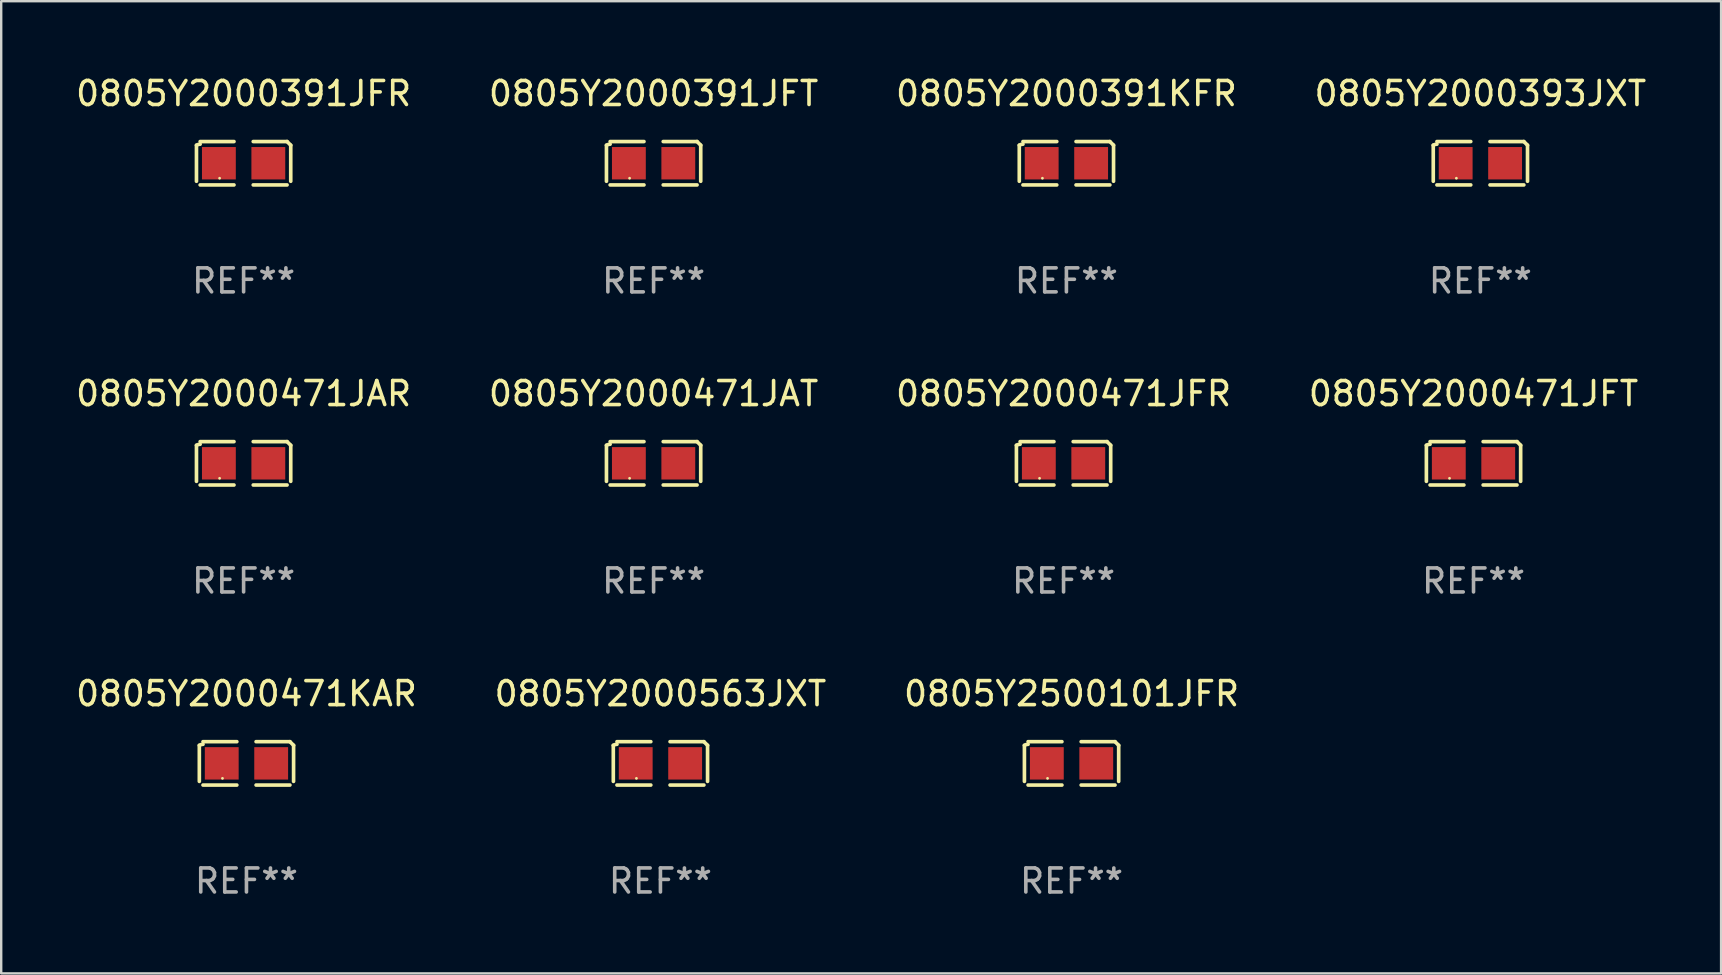
<source format=kicad_pcb>
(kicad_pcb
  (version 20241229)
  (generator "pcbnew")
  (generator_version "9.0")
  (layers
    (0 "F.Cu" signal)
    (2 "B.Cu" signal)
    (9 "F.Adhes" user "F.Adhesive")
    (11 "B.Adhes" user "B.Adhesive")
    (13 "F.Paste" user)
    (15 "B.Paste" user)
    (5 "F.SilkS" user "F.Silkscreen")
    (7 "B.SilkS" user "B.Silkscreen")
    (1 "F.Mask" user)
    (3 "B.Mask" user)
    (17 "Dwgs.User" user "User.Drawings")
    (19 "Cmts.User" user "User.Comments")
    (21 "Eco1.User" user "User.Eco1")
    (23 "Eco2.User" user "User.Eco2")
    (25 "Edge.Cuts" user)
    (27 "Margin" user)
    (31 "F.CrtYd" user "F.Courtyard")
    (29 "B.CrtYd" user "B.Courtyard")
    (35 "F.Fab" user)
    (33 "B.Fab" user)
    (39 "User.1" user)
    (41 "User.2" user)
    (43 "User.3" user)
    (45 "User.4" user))
  (footprint "0805Y2000471JAT"
    (layer "F.Cu")
    (at 24.185 16.256)
    (property "Reference" "0805Y2000471JAT" (at 0 -2.904 0) (layer "F.SilkS") (effects (font (size 1 1) (thickness 0.15))))
    (attr through_hole)
    (fp_line (start -1.964 0.751) (end -1.964 -0.751) (stroke (width 0.152) (type solid)) (layer "F.SilkS"))
    (fp_line (start -1.811 -0.904) (end -0.401 -0.904) (stroke (width 0.152) (type solid)) (layer "F.SilkS"))
    (fp_line (start -0.401 0.904) (end -1.811 0.904) (stroke (width 0.152) (type solid)) (layer "F.SilkS"))
    (fp_line (start 0.401 0.904) (end 1.811 0.904) (stroke (width 0.152) (type solid)) (layer "F.SilkS"))
    (fp_line (start 1.811 -0.904) (end 0.401 -0.904) (stroke (width 0.152) (type solid)) (layer "F.SilkS"))
    (fp_line (start 1.964 0.751) (end 1.964 -0.751) (stroke (width 0.152) (type solid)) (layer "F.SilkS"))
    (fp_arc (start -1.963602 -0.751207) (mid -1.890354 -0.783131) (end -1.811201 -0.794044) (stroke (width 0.1524) (type solid)) (layer "F.SilkS"))
    (fp_arc (start 1.811202 -0.903607) (mid 1.887413 -0.827418) (end 1.963602 -0.751207) (stroke (width 0.1524) (type solid)) (layer "F.SilkS"))
    (fp_circle (center -1 0.625) (end -0.97 0.625) (stroke (width 0.06) (type solid)) (fill no) (layer "F.SilkS"))
    (fp_text user "REF**" (at 0 4.904 0) (layer "F.Fab") (effects (font (size 1 1) (thickness 0.15))))
    (pad "1" smd rect (at -1.03 0) (size 1.41 1.35) (layers "F.Cu" "F.Mask" "F.Paste"))
    (pad "2" smd rect (at 1.03 0) (size 1.41 1.35) (layers "F.Cu" "F.Mask" "F.Paste")))
  (footprint "0805Y2000391KFR"
    (layer "F.Cu")
    (at 41.387 3.752)
    (property "Reference" "0805Y2000391KFR" (at 0 -2.904 0) (layer "F.SilkS") (effects (font (size 1 1) (thickness 0.15))))
    (attr through_hole)
    (fp_line (start -1.964 0.751) (end -1.964 -0.751) (stroke (width 0.152) (type solid)) (layer "F.SilkS"))
    (fp_line (start -1.811 -0.904) (end -0.401 -0.904) (stroke (width 0.152) (type solid)) (layer "F.SilkS"))
    (fp_line (start -0.401 0.904) (end -1.811 0.904) (stroke (width 0.152) (type solid)) (layer "F.SilkS"))
    (fp_line (start 0.401 0.904) (end 1.811 0.904) (stroke (width 0.152) (type solid)) (layer "F.SilkS"))
    (fp_line (start 1.811 -0.904) (end 0.401 -0.904) (stroke (width 0.152) (type solid)) (layer "F.SilkS"))
    (fp_line (start 1.964 0.751) (end 1.964 -0.751) (stroke (width 0.152) (type solid)) (layer "F.SilkS"))
    (fp_arc (start -1.963602 -0.751207) (mid -1.890354 -0.783131) (end -1.811201 -0.794044) (stroke (width 0.1524) (type solid)) (layer "F.SilkS"))
    (fp_arc (start 1.811202 -0.903607) (mid 1.887413 -0.827418) (end 1.963602 -0.751207) (stroke (width 0.1524) (type solid)) (layer "F.SilkS"))
    (fp_circle (center -1 0.625) (end -0.97 0.625) (stroke (width 0.06) (type solid)) (fill no) (layer "F.SilkS"))
    (fp_text user "REF**" (at 0 4.904 0) (layer "F.Fab") (effects (font (size 1 1) (thickness 0.15))))
    (pad "1" smd rect (at -1.03 0) (size 1.41 1.35) (layers "F.Cu" "F.Mask" "F.Paste"))
    (pad "2" smd rect (at 1.03 0) (size 1.41 1.35) (layers "F.Cu" "F.Mask" "F.Paste")))
  (footprint "0805Y2000471JFT"
    (layer "F.Cu")
    (at 58.351 16.256)
    (property "Reference" "0805Y2000471JFT" (at 0 -2.904 0) (layer "F.SilkS") (effects (font (size 1 1) (thickness 0.15))))
    (attr through_hole)
    (fp_line (start -1.964 0.751) (end -1.964 -0.751) (stroke (width 0.152) (type solid)) (layer "F.SilkS"))
    (fp_line (start -1.811 -0.904) (end -0.401 -0.904) (stroke (width 0.152) (type solid)) (layer "F.SilkS"))
    (fp_line (start -0.401 0.904) (end -1.811 0.904) (stroke (width 0.152) (type solid)) (layer "F.SilkS"))
    (fp_line (start 0.401 0.904) (end 1.811 0.904) (stroke (width 0.152) (type solid)) (layer "F.SilkS"))
    (fp_line (start 1.811 -0.904) (end 0.401 -0.904) (stroke (width 0.152) (type solid)) (layer "F.SilkS"))
    (fp_line (start 1.964 0.751) (end 1.964 -0.751) (stroke (width 0.152) (type solid)) (layer "F.SilkS"))
    (fp_arc (start -1.963602 -0.751207) (mid -1.890354 -0.783131) (end -1.811201 -0.794044) (stroke (width 0.1524) (type solid)) (layer "F.SilkS"))
    (fp_arc (start 1.811202 -0.903607) (mid 1.887413 -0.827418) (end 1.963602 -0.751207) (stroke (width 0.1524) (type solid)) (layer "F.SilkS"))
    (fp_circle (center -1 0.625) (end -0.97 0.625) (stroke (width 0.06) (type solid)) (fill no) (layer "F.SilkS"))
    (fp_text user "REF**" (at 0 4.904 0) (layer "F.Fab") (effects (font (size 1 1) (thickness 0.15))))
    (pad "1" smd rect (at -1.03 0) (size 1.41 1.35) (layers "F.Cu" "F.Mask" "F.Paste"))
    (pad "2" smd rect (at 1.03 0) (size 1.41 1.35) (layers "F.Cu" "F.Mask" "F.Paste")))
  (footprint "0805Y2000471KAR"
    (layer "F.Cu")
    (at 7.22 28.759)
    (property "Reference" "0805Y2000471KAR" (at 0 -2.904 0) (layer "F.SilkS") (effects (font (size 1 1) (thickness 0.15))))
    (attr through_hole)
    (fp_line (start -1.964 0.751) (end -1.964 -0.751) (stroke (width 0.152) (type solid)) (layer "F.SilkS"))
    (fp_line (start -1.811 -0.904) (end -0.401 -0.904) (stroke (width 0.152) (type solid)) (layer "F.SilkS"))
    (fp_line (start -0.401 0.904) (end -1.811 0.904) (stroke (width 0.152) (type solid)) (layer "F.SilkS"))
    (fp_line (start 0.401 0.904) (end 1.811 0.904) (stroke (width 0.152) (type solid)) (layer "F.SilkS"))
    (fp_line (start 1.811 -0.904) (end 0.401 -0.904) (stroke (width 0.152) (type solid)) (layer "F.SilkS"))
    (fp_line (start 1.964 0.751) (end 1.964 -0.751) (stroke (width 0.152) (type solid)) (layer "F.SilkS"))
    (fp_arc (start -1.963602 -0.751207) (mid -1.890354 -0.783131) (end -1.811201 -0.794044) (stroke (width 0.1524) (type solid)) (layer "F.SilkS"))
    (fp_arc (start 1.811202 -0.903607) (mid 1.887413 -0.827418) (end 1.963602 -0.751207) (stroke (width 0.1524) (type solid)) (layer "F.SilkS"))
    (fp_circle (center -1 0.625) (end -0.97 0.625) (stroke (width 0.06) (type solid)) (fill no) (layer "F.SilkS"))
    (fp_text user "REF**" (at 0 4.904 0) (layer "F.Fab") (effects (font (size 1 1) (thickness 0.15))))
    (pad "1" smd rect (at -1.03 0) (size 1.41 1.35) (layers "F.Cu" "F.Mask" "F.Paste"))
    (pad "2" smd rect (at 1.03 0) (size 1.41 1.35) (layers "F.Cu" "F.Mask" "F.Paste")))
  (footprint "0805Y2000471JAR"
    (layer "F.Cu")
    (at 7.101 16.256)
    (property "Reference" "0805Y2000471JAR" (at 0 -2.904 0) (layer "F.SilkS") (effects (font (size 1 1) (thickness 0.15))))
    (attr through_hole)
    (fp_line (start -1.964 0.751) (end -1.964 -0.751) (stroke (width 0.152) (type solid)) (layer "F.SilkS"))
    (fp_line (start -1.811 -0.904) (end -0.401 -0.904) (stroke (width 0.152) (type solid)) (layer "F.SilkS"))
    (fp_line (start -0.401 0.904) (end -1.811 0.904) (stroke (width 0.152) (type solid)) (layer "F.SilkS"))
    (fp_line (start 0.401 0.904) (end 1.811 0.904) (stroke (width 0.152) (type solid)) (layer "F.SilkS"))
    (fp_line (start 1.811 -0.904) (end 0.401 -0.904) (stroke (width 0.152) (type solid)) (layer "F.SilkS"))
    (fp_line (start 1.964 0.751) (end 1.964 -0.751) (stroke (width 0.152) (type solid)) (layer "F.SilkS"))
    (fp_arc (start -1.963602 -0.751207) (mid -1.890354 -0.783131) (end -1.811201 -0.794044) (stroke (width 0.1524) (type solid)) (layer "F.SilkS"))
    (fp_arc (start 1.811202 -0.903607) (mid 1.887413 -0.827418) (end 1.963602 -0.751207) (stroke (width 0.1524) (type solid)) (layer "F.SilkS"))
    (fp_circle (center -1 0.625) (end -0.97 0.625) (stroke (width 0.06) (type solid)) (fill no) (layer "F.SilkS"))
    (fp_text user "REF**" (at 0 4.904 0) (layer "F.Fab") (effects (font (size 1 1) (thickness 0.15))))
    (pad "1" smd rect (at -1.03 0) (size 1.41 1.35) (layers "F.Cu" "F.Mask" "F.Paste"))
    (pad "2" smd rect (at 1.03 0) (size 1.41 1.35) (layers "F.Cu" "F.Mask" "F.Paste")))
  (footprint "0805Y2000393JXT"
    (layer "F.Cu")
    (at 58.637 3.752)
    (property "Reference" "0805Y2000393JXT" (at 0 -2.904 0) (layer "F.SilkS") (effects (font (size 1 1) (thickness 0.15))))
    (attr through_hole)
    (fp_line (start -1.964 0.751) (end -1.964 -0.751) (stroke (width 0.152) (type solid)) (layer "F.SilkS"))
    (fp_line (start -1.811 -0.904) (end -0.401 -0.904) (stroke (width 0.152) (type solid)) (layer "F.SilkS"))
    (fp_line (start -0.401 0.904) (end -1.811 0.904) (stroke (width 0.152) (type solid)) (layer "F.SilkS"))
    (fp_line (start 0.401 0.904) (end 1.811 0.904) (stroke (width 0.152) (type solid)) (layer "F.SilkS"))
    (fp_line (start 1.811 -0.904) (end 0.401 -0.904) (stroke (width 0.152) (type solid)) (layer "F.SilkS"))
    (fp_line (start 1.964 0.751) (end 1.964 -0.751) (stroke (width 0.152) (type solid)) (layer "F.SilkS"))
    (fp_arc (start -1.963602 -0.751207) (mid -1.890354 -0.783131) (end -1.811201 -0.794044) (stroke (width 0.1524) (type solid)) (layer "F.SilkS"))
    (fp_arc (start 1.811202 -0.903607) (mid 1.887413 -0.827418) (end 1.963602 -0.751207) (stroke (width 0.1524) (type solid)) (layer "F.SilkS"))
    (fp_circle (center -1 0.625) (end -0.97 0.625) (stroke (width 0.06) (type solid)) (fill no) (layer "F.SilkS"))
    (fp_text user "REF**" (at 0 4.904 0) (layer "F.Fab") (effects (font (size 1 1) (thickness 0.15))))
    (pad "1" smd rect (at -1.03 0) (size 1.41 1.35) (layers "F.Cu" "F.Mask" "F.Paste"))
    (pad "2" smd rect (at 1.03 0) (size 1.41 1.35) (layers "F.Cu" "F.Mask" "F.Paste")))
  (footprint "0805Y2500101JFR"
    (layer "F.Cu")
    (at 41.601 28.759)
    (property "Reference" "0805Y2500101JFR" (at 0 -2.904 0) (layer "F.SilkS") (effects (font (size 1 1) (thickness 0.15))))
    (attr through_hole)
    (fp_line (start -1.964 0.751) (end -1.964 -0.751) (stroke (width 0.152) (type solid)) (layer "F.SilkS"))
    (fp_line (start -1.811 -0.904) (end -0.401 -0.904) (stroke (width 0.152) (type solid)) (layer "F.SilkS"))
    (fp_line (start -0.401 0.904) (end -1.811 0.904) (stroke (width 0.152) (type solid)) (layer "F.SilkS"))
    (fp_line (start 0.401 0.904) (end 1.811 0.904) (stroke (width 0.152) (type solid)) (layer "F.SilkS"))
    (fp_line (start 1.811 -0.904) (end 0.401 -0.904) (stroke (width 0.152) (type solid)) (layer "F.SilkS"))
    (fp_line (start 1.964 0.751) (end 1.964 -0.751) (stroke (width 0.152) (type solid)) (layer "F.SilkS"))
    (fp_arc (start -1.963602 -0.751207) (mid -1.890354 -0.783131) (end -1.811201 -0.794044) (stroke (width 0.1524) (type solid)) (layer "F.SilkS"))
    (fp_arc (start 1.811202 -0.903607) (mid 1.887413 -0.827418) (end 1.963602 -0.751207) (stroke (width 0.1524) (type solid)) (layer "F.SilkS"))
    (fp_circle (center -1 0.625) (end -0.97 0.625) (stroke (width 0.06) (type solid)) (fill no) (layer "F.SilkS"))
    (fp_text user "REF**" (at 0 4.904 0) (layer "F.Fab") (effects (font (size 1 1) (thickness 0.15))))
    (pad "1" smd rect (at -1.03 0) (size 1.41 1.35) (layers "F.Cu" "F.Mask" "F.Paste"))
    (pad "2" smd rect (at 1.03 0) (size 1.41 1.35) (layers "F.Cu" "F.Mask" "F.Paste")))
  (footprint "0805Y2000563JXT"
    (layer "F.Cu")
    (at 24.47 28.759)
    (property "Reference" "0805Y2000563JXT" (at 0 -2.904 0) (layer "F.SilkS") (effects (font (size 1 1) (thickness 0.15))))
    (attr through_hole)
    (fp_line (start -1.964 0.751) (end -1.964 -0.751) (stroke (width 0.152) (type solid)) (layer "F.SilkS"))
    (fp_line (start -1.811 -0.904) (end -0.401 -0.904) (stroke (width 0.152) (type solid)) (layer "F.SilkS"))
    (fp_line (start -0.401 0.904) (end -1.811 0.904) (stroke (width 0.152) (type solid)) (layer "F.SilkS"))
    (fp_line (start 0.401 0.904) (end 1.811 0.904) (stroke (width 0.152) (type solid)) (layer "F.SilkS"))
    (fp_line (start 1.811 -0.904) (end 0.401 -0.904) (stroke (width 0.152) (type solid)) (layer "F.SilkS"))
    (fp_line (start 1.964 0.751) (end 1.964 -0.751) (stroke (width 0.152) (type solid)) (layer "F.SilkS"))
    (fp_arc (start -1.963602 -0.751207) (mid -1.890354 -0.783131) (end -1.811201 -0.794044) (stroke (width 0.1524) (type solid)) (layer "F.SilkS"))
    (fp_arc (start 1.811202 -0.903607) (mid 1.887413 -0.827418) (end 1.963602 -0.751207) (stroke (width 0.1524) (type solid)) (layer "F.SilkS"))
    (fp_circle (center -1 0.625) (end -0.97 0.625) (stroke (width 0.06) (type solid)) (fill no) (layer "F.SilkS"))
    (fp_text user "REF**" (at 0 4.904 0) (layer "F.Fab") (effects (font (size 1 1) (thickness 0.15))))
    (pad "1" smd rect (at -1.03 0) (size 1.41 1.35) (layers "F.Cu" "F.Mask" "F.Paste"))
    (pad "2" smd rect (at 1.03 0) (size 1.41 1.35) (layers "F.Cu" "F.Mask" "F.Paste")))
  (footprint "0805Y2000391JFT"
    (layer "F.Cu")
    (at 24.185 3.752)
    (property "Reference" "0805Y2000391JFT" (at 0 -2.904 0) (layer "F.SilkS") (effects (font (size 1 1) (thickness 0.15))))
    (attr through_hole)
    (fp_line (start -1.964 0.751) (end -1.964 -0.751) (stroke (width 0.152) (type solid)) (layer "F.SilkS"))
    (fp_line (start -1.811 -0.904) (end -0.401 -0.904) (stroke (width 0.152) (type solid)) (layer "F.SilkS"))
    (fp_line (start -0.401 0.904) (end -1.811 0.904) (stroke (width 0.152) (type solid)) (layer "F.SilkS"))
    (fp_line (start 0.401 0.904) (end 1.811 0.904) (stroke (width 0.152) (type solid)) (layer "F.SilkS"))
    (fp_line (start 1.811 -0.904) (end 0.401 -0.904) (stroke (width 0.152) (type solid)) (layer "F.SilkS"))
    (fp_line (start 1.964 0.751) (end 1.964 -0.751) (stroke (width 0.152) (type solid)) (layer "F.SilkS"))
    (fp_arc (start -1.963602 -0.751207) (mid -1.890354 -0.783131) (end -1.811201 -0.794044) (stroke (width 0.1524) (type solid)) (layer "F.SilkS"))
    (fp_arc (start 1.811202 -0.903607) (mid 1.887413 -0.827418) (end 1.963602 -0.751207) (stroke (width 0.1524) (type solid)) (layer "F.SilkS"))
    (fp_circle (center -1 0.625) (end -0.97 0.625) (stroke (width 0.06) (type solid)) (fill no) (layer "F.SilkS"))
    (fp_text user "REF**" (at 0 4.904 0) (layer "F.Fab") (effects (font (size 1 1) (thickness 0.15))))
    (pad "1" smd rect (at -1.03 0) (size 1.41 1.35) (layers "F.Cu" "F.Mask" "F.Paste"))
    (pad "2" smd rect (at 1.03 0) (size 1.41 1.35) (layers "F.Cu" "F.Mask" "F.Paste")))
  (footprint "0805Y2000471JFR"
    (layer "F.Cu")
    (at 41.268 16.256)
    (property "Reference" "0805Y2000471JFR" (at 0 -2.904 0) (layer "F.SilkS") (effects (font (size 1 1) (thickness 0.15))))
    (attr through_hole)
    (fp_line (start -1.964 0.751) (end -1.964 -0.751) (stroke (width 0.152) (type solid)) (layer "F.SilkS"))
    (fp_line (start -1.811 -0.904) (end -0.401 -0.904) (stroke (width 0.152) (type solid)) (layer "F.SilkS"))
    (fp_line (start -0.401 0.904) (end -1.811 0.904) (stroke (width 0.152) (type solid)) (layer "F.SilkS"))
    (fp_line (start 0.401 0.904) (end 1.811 0.904) (stroke (width 0.152) (type solid)) (layer "F.SilkS"))
    (fp_line (start 1.811 -0.904) (end 0.401 -0.904) (stroke (width 0.152) (type solid)) (layer "F.SilkS"))
    (fp_line (start 1.964 0.751) (end 1.964 -0.751) (stroke (width 0.152) (type solid)) (layer "F.SilkS"))
    (fp_arc (start -1.963602 -0.751207) (mid -1.890354 -0.783131) (end -1.811201 -0.794044) (stroke (width 0.1524) (type solid)) (layer "F.SilkS"))
    (fp_arc (start 1.811202 -0.903607) (mid 1.887413 -0.827418) (end 1.963602 -0.751207) (stroke (width 0.1524) (type solid)) (layer "F.SilkS"))
    (fp_circle (center -1 0.625) (end -0.97 0.625) (stroke (width 0.06) (type solid)) (fill no) (layer "F.SilkS"))
    (fp_text user "REF**" (at 0 4.904 0) (layer "F.Fab") (effects (font (size 1 1) (thickness 0.15))))
    (pad "1" smd rect (at -1.03 0) (size 1.41 1.35) (layers "F.Cu" "F.Mask" "F.Paste"))
    (pad "2" smd rect (at 1.03 0) (size 1.41 1.35) (layers "F.Cu" "F.Mask" "F.Paste")))
  (footprint "0805Y2000391JFR"
    (layer "F.Cu")
    (at 7.101 3.752)
    (property "Reference" "0805Y2000391JFR" (at 0 -2.904 0) (layer "F.SilkS") (effects (font (size 1 1) (thickness 0.15))))
    (attr through_hole)
    (fp_line (start -1.964 0.751) (end -1.964 -0.751) (stroke (width 0.152) (type solid)) (layer "F.SilkS"))
    (fp_line (start -1.811 -0.904) (end -0.401 -0.904) (stroke (width 0.152) (type solid)) (layer "F.SilkS"))
    (fp_line (start -0.401 0.904) (end -1.811 0.904) (stroke (width 0.152) (type solid)) (layer "F.SilkS"))
    (fp_line (start 0.401 0.904) (end 1.811 0.904) (stroke (width 0.152) (type solid)) (layer "F.SilkS"))
    (fp_line (start 1.811 -0.904) (end 0.401 -0.904) (stroke (width 0.152) (type solid)) (layer "F.SilkS"))
    (fp_line (start 1.964 0.751) (end 1.964 -0.751) (stroke (width 0.152) (type solid)) (layer "F.SilkS"))
    (fp_arc (start -1.963602 -0.751207) (mid -1.890354 -0.783131) (end -1.811201 -0.794044) (stroke (width 0.1524) (type solid)) (layer "F.SilkS"))
    (fp_arc (start 1.811202 -0.903607) (mid 1.887413 -0.827418) (end 1.963602 -0.751207) (stroke (width 0.1524) (type solid)) (layer "F.SilkS"))
    (fp_circle (center -1 0.625) (end -0.97 0.625) (stroke (width 0.06) (type solid)) (fill no) (layer "F.SilkS"))
    (fp_text user "REF**" (at 0 4.904 0) (layer "F.Fab") (effects (font (size 1 1) (thickness 0.15))))
    (pad "1" smd rect (at -1.03 0) (size 1.41 1.35) (layers "F.Cu" "F.Mask" "F.Paste"))
    (pad "2" smd rect (at 1.03 0) (size 1.41 1.35) (layers "F.Cu" "F.Mask" "F.Paste")))
  (gr_rect
    (start -3 -3)
    (end 68.667 37.511)
    (stroke (width 0.1) (type default))
    (fill no)
    (layer "Edge.Cuts")))
</source>
